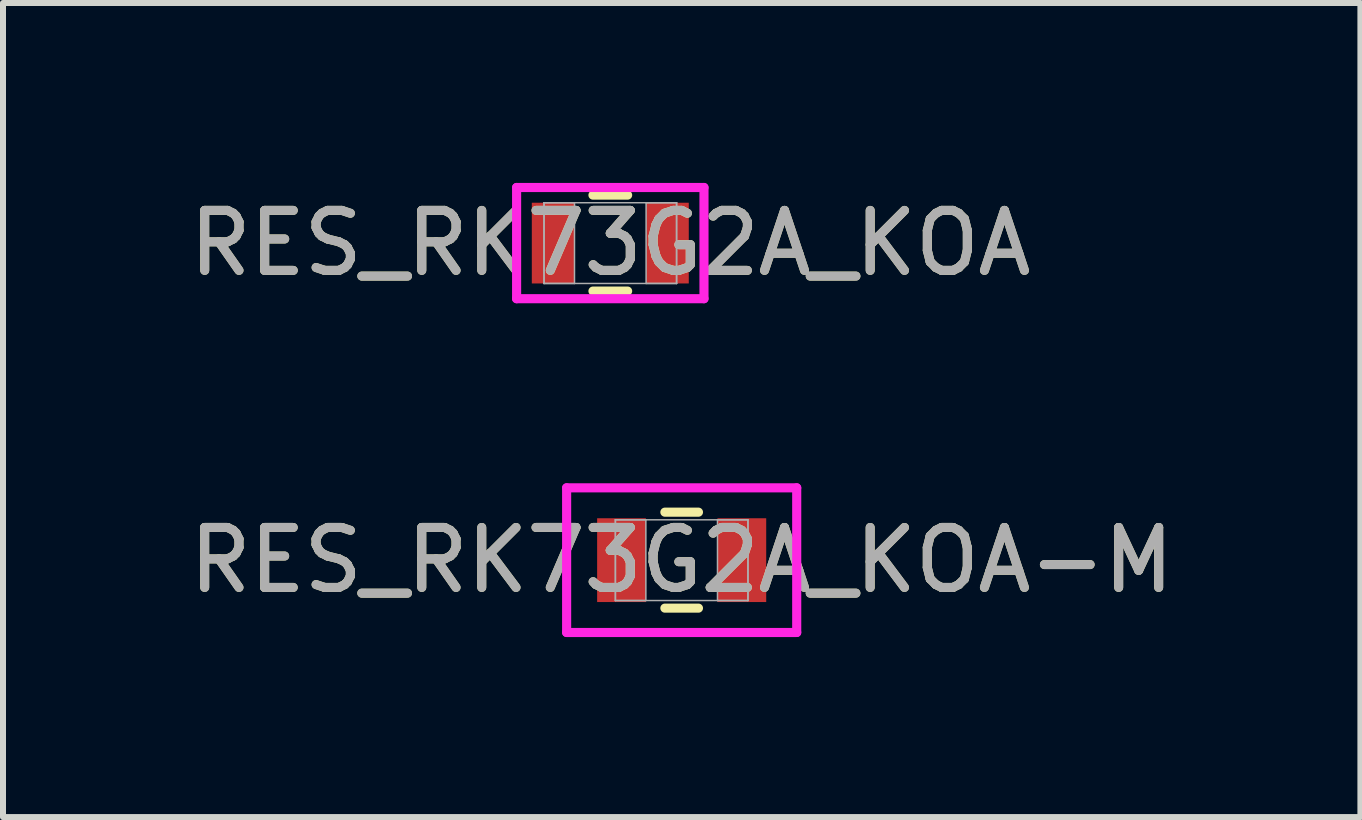
<source format=kicad_pcb>
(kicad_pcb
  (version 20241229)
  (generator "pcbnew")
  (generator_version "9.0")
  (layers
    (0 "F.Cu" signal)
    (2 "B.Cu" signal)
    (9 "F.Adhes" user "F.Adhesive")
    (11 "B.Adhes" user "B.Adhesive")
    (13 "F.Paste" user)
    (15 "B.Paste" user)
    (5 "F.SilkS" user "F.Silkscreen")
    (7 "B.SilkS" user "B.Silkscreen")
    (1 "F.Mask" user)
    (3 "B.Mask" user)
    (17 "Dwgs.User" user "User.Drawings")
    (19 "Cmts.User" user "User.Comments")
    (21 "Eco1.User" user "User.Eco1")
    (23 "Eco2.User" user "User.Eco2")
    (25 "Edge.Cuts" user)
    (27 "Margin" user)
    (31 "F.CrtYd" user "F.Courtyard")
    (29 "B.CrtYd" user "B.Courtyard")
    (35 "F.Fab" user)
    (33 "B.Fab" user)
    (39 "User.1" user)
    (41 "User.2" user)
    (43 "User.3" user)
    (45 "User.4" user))
  (footprint "RES_RK73G2A_KOA-M"
    (layer "F.Cu")
    (at 8.315 6.289)
    (property "Reference" "RES_RK73G2A_KOA-M" (at 0 0 0) (unlocked yes) (layer "F.SilkS") (effects (font (size 1 1) (thickness 0.15))))
    (attr smd)
    (fp_line (start -0.28 0.8) (end 0.28 0.8) (stroke (width 0.152) (type solid)) (layer "F.SilkS"))
    (fp_line (start 0.28 -0.8) (end -0.28 -0.8) (stroke (width 0.152) (type solid)) (layer "F.SilkS"))
    (fp_line (start -1.918 -1.206) (end 1.918 -1.206) (stroke (width 0.152) (type solid)) (layer "F.CrtYd"))
    (fp_line (start -1.918 1.206) (end -1.918 -1.206) (stroke (width 0.152) (type solid)) (layer "F.CrtYd"))
    (fp_line (start 1.918 -1.206) (end 1.918 1.206) (stroke (width 0.152) (type solid)) (layer "F.CrtYd"))
    (fp_line (start 1.918 1.206) (end -1.918 1.206) (stroke (width 0.152) (type solid)) (layer "F.CrtYd"))
    (fp_line (start -1.105 -0.673) (end -1.105 0.673) (stroke (width 0.025) (type solid)) (layer "F.Fab"))
    (fp_line (start -1.105 -0.673) (end -1.105 0.673) (stroke (width 0.025) (type solid)) (layer "F.Fab"))
    (fp_line (start -1.105 0.673) (end -0.597 0.673) (stroke (width 0.025) (type solid)) (layer "F.Fab"))
    (fp_line (start -1.105 0.673) (end 1.105 0.673) (stroke (width 0.025) (type solid)) (layer "F.Fab"))
    (fp_line (start -0.597 -0.673) (end -1.105 -0.673) (stroke (width 0.025) (type solid)) (layer "F.Fab"))
    (fp_line (start -0.597 0.673) (end -0.597 -0.673) (stroke (width 0.025) (type solid)) (layer "F.Fab"))
    (fp_line (start 0.597 -0.673) (end 0.597 0.673) (stroke (width 0.025) (type solid)) (layer "F.Fab"))
    (fp_line (start 0.597 0.673) (end 1.105 0.673) (stroke (width 0.025) (type solid)) (layer "F.Fab"))
    (fp_line (start 1.105 -0.673) (end -1.105 -0.673) (stroke (width 0.025) (type solid)) (layer "F.Fab"))
    (fp_line (start 1.105 -0.673) (end 0.597 -0.673) (stroke (width 0.025) (type solid)) (layer "F.Fab"))
    (fp_line (start 1.105 0.673) (end 1.105 -0.673) (stroke (width 0.025) (type solid)) (layer "F.Fab"))
    (fp_line (start 1.105 0.673) (end 1.105 -0.673) (stroke (width 0.025) (type solid)) (layer "F.Fab"))
    (fp_text user "${REFERENCE}" (at 0 0 0) (unlocked yes) (layer "F.Fab") (effects (font (size 1 1) (thickness 0.15))))
    (pad "1" smd rect (at -1.003 0) (size 0.813 1.397) (layers "F.Cu" "F.Mask" "F.Paste"))
    (pad "2" smd rect (at 1.003 0) (size 0.813 1.397) (layers "F.Cu" "F.Mask" "F.Paste"))
    (zone (net_name "") (layer "F.Cu") (hatch full 0.508) (connect_pads) (min_thickness 0.254) (filled_areas_thickness no) (keepout (tracks not_allowed) (vias not_allowed) (pads allowed) (copperpour not_allowed) (footprints allowed)) (placement (enabled no)) (fill) (polygon (pts (xy 7.769 5.667) (xy 8.862 5.667) (xy 8.862 6.912) (xy 7.769 6.912)))))
  (footprint "RES_RK73G2A_KOA"
    (layer "F.Cu")
    (at 7.125 1.003)
    (property "Reference" "RES_RK73G2A_KOA" (at 0 0 0) (unlocked yes) (layer "F.SilkS") (effects (font (size 1 1) (thickness 0.15))))
    (attr smd)
    (fp_line (start -0.289 0.8) (end 0.289 0.8) (stroke (width 0.152) (type solid)) (layer "F.SilkS"))
    (fp_line (start 0.289 -0.8) (end -0.289 -0.8) (stroke (width 0.152) (type solid)) (layer "F.SilkS"))
    (fp_line (start -1.562 -0.927) (end 1.562 -0.927) (stroke (width 0.152) (type solid)) (layer "F.CrtYd"))
    (fp_line (start -1.562 0.927) (end -1.562 -0.927) (stroke (width 0.152) (type solid)) (layer "F.CrtYd"))
    (fp_line (start 1.562 -0.927) (end 1.562 0.927) (stroke (width 0.152) (type solid)) (layer "F.CrtYd"))
    (fp_line (start 1.562 0.927) (end -1.562 0.927) (stroke (width 0.152) (type solid)) (layer "F.CrtYd"))
    (fp_line (start -1.105 -0.673) (end -1.105 0.673) (stroke (width 0.025) (type solid)) (layer "F.Fab"))
    (fp_line (start -1.105 -0.673) (end -1.105 0.673) (stroke (width 0.025) (type solid)) (layer "F.Fab"))
    (fp_line (start -1.105 0.673) (end -0.597 0.673) (stroke (width 0.025) (type solid)) (layer "F.Fab"))
    (fp_line (start -1.105 0.673) (end 1.105 0.673) (stroke (width 0.025) (type solid)) (layer "F.Fab"))
    (fp_line (start -0.597 -0.673) (end -1.105 -0.673) (stroke (width 0.025) (type solid)) (layer "F.Fab"))
    (fp_line (start -0.597 0.673) (end -0.597 -0.673) (stroke (width 0.025) (type solid)) (layer "F.Fab"))
    (fp_line (start 0.597 -0.673) (end 0.597 0.673) (stroke (width 0.025) (type solid)) (layer "F.Fab"))
    (fp_line (start 0.597 0.673) (end 1.105 0.673) (stroke (width 0.025) (type solid)) (layer "F.Fab"))
    (fp_line (start 1.105 -0.673) (end -1.105 -0.673) (stroke (width 0.025) (type solid)) (layer "F.Fab"))
    (fp_line (start 1.105 -0.673) (end 0.597 -0.673) (stroke (width 0.025) (type solid)) (layer "F.Fab"))
    (fp_line (start 1.105 0.673) (end 1.105 -0.673) (stroke (width 0.025) (type solid)) (layer "F.Fab"))
    (fp_line (start 1.105 0.673) (end 1.105 -0.673) (stroke (width 0.025) (type solid)) (layer "F.Fab"))
    (fp_text user "${REFERENCE}" (at 0 0 0) (unlocked yes) (layer "F.Fab") (effects (font (size 1 1) (thickness 0.15))))
    (pad "1" smd rect (at -0.953 0) (size 0.711 1.346) (layers "F.Cu" "F.Mask" "F.Paste"))
    (pad "2" smd rect (at 0.953 0) (size 0.711 1.346) (layers "F.Cu" "F.Mask" "F.Paste"))
    (zone (net_name "") (layer "F.Cu") (hatch full 0.508) (connect_pads) (min_thickness 0.254) (filled_areas_thickness no) (keepout (tracks not_allowed) (vias not_allowed) (pads allowed) (copperpour not_allowed) (footprints allowed)) (placement (enabled no)) (fill) (polygon (pts (xy 6.579 0.381) (xy 7.671 0.381) (xy 7.671 1.626) (xy 6.579 1.626)))))
  (gr_rect
    (start -3 -3)
    (end 19.631 10.572)
    (stroke (width 0.1) (type default))
    (fill no)
    (layer "Edge.Cuts")))
</source>
